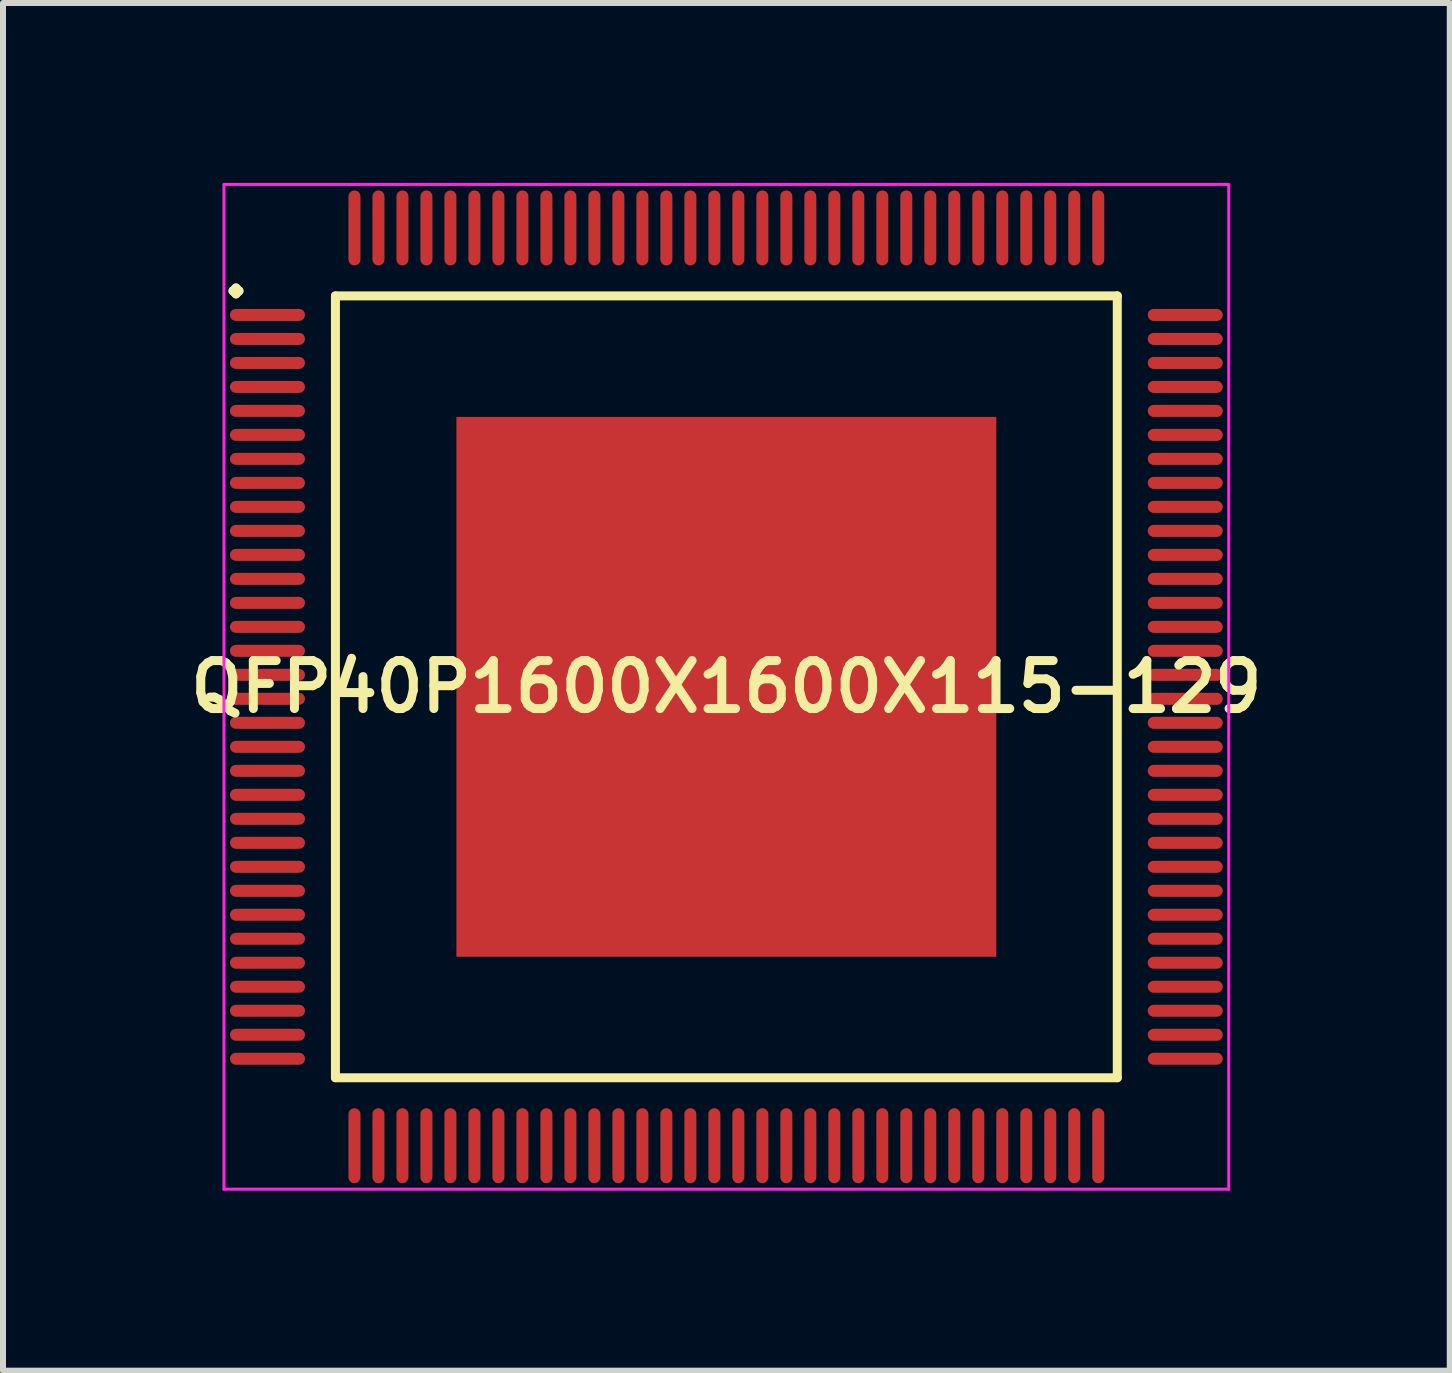
<source format=kicad_pcb>
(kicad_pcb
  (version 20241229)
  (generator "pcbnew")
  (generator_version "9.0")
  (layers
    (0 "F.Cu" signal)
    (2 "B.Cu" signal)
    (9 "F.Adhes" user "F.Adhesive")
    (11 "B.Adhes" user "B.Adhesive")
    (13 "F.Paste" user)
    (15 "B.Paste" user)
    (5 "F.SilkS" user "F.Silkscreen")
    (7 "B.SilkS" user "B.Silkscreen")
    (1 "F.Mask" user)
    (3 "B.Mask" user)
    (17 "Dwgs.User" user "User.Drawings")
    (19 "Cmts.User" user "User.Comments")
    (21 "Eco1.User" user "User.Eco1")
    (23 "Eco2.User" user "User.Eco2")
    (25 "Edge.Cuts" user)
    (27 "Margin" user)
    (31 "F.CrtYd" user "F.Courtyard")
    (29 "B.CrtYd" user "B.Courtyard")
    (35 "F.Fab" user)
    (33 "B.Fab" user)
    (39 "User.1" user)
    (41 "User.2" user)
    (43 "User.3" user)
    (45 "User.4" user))
  (footprint "QFP40P1600X1600X115-129"
    (layer "F.Cu")
    (at 9.059 8.4)
    (property "Reference" "QFP40P1600X1600X115-129" (at 0 0 0) (layer "F.SilkS") (effects (font (size 0.8 0.8) (thickness 0.15))))
    (attr smd)
    (fp_line (start -8.225 -6.6) (end -8.175 -6.65) (stroke (width 0.15) (type solid)) (layer "F.SilkS"))
    (fp_line (start -8.175 -6.65) (end -8.125 -6.6) (stroke (width 0.15) (type solid)) (layer "F.SilkS"))
    (fp_line (start -8.175 -6.55) (end -8.225 -6.6) (stroke (width 0.15) (type solid)) (layer "F.SilkS"))
    (fp_line (start -8.125 -6.6) (end -8.175 -6.55) (stroke (width 0.15) (type solid)) (layer "F.SilkS"))
    (fp_line (start -6.517 -6.517) (end -6.517 6.517) (stroke (width 0.15) (type solid)) (layer "F.SilkS"))
    (fp_line (start -6.517 6.517) (end 6.517 6.517) (stroke (width 0.15) (type solid)) (layer "F.SilkS"))
    (fp_line (start 6.517 -6.517) (end -6.517 -6.517) (stroke (width 0.15) (type solid)) (layer "F.SilkS"))
    (fp_line (start 6.517 6.517) (end 6.517 -6.517) (stroke (width 0.15) (type solid)) (layer "F.SilkS"))
    (fp_line (start -8.375 -8.375) (end 8.375 -8.375) (stroke (width 0.05) (type solid)) (layer "F.CrtYd"))
    (fp_line (start -8.375 8.375) (end -8.375 -8.375) (stroke (width 0.05) (type solid)) (layer "F.CrtYd"))
    (fp_line (start 8.375 -8.375) (end 8.375 8.375) (stroke (width 0.05) (type solid)) (layer "F.CrtYd"))
    (fp_line (start 8.375 8.375) (end -8.375 8.375) (stroke (width 0.05) (type solid)) (layer "F.CrtYd"))
    (pad "1" smd oval (at -7.65 -6.2) (size 1.25 0.2) (layers "F.Cu" "F.Mask" "F.Paste"))
    (pad "2" smd oval (at -7.65 -5.8) (size 1.25 0.2) (layers "F.Cu" "F.Mask" "F.Paste"))
    (pad "3" smd oval (at -7.65 -5.4) (size 1.25 0.2) (layers "F.Cu" "F.Mask" "F.Paste"))
    (pad "4" smd oval (at -7.65 -5) (size 1.25 0.2) (layers "F.Cu" "F.Mask" "F.Paste"))
    (pad "5" smd oval (at -7.65 -4.6) (size 1.25 0.2) (layers "F.Cu" "F.Mask" "F.Paste"))
    (pad "6" smd oval (at -7.65 -4.2) (size 1.25 0.2) (layers "F.Cu" "F.Mask" "F.Paste"))
    (pad "7" smd oval (at -7.65 -3.8) (size 1.25 0.2) (layers "F.Cu" "F.Mask" "F.Paste"))
    (pad "8" smd oval (at -7.65 -3.4) (size 1.25 0.2) (layers "F.Cu" "F.Mask" "F.Paste"))
    (pad "9" smd oval (at -7.65 -3) (size 1.25 0.2) (layers "F.Cu" "F.Mask" "F.Paste"))
    (pad "10" smd oval (at -7.65 -2.6) (size 1.25 0.2) (layers "F.Cu" "F.Mask" "F.Paste"))
    (pad "11" smd oval (at -7.65 -2.2) (size 1.25 0.2) (layers "F.Cu" "F.Mask" "F.Paste"))
    (pad "12" smd oval (at -7.65 -1.8) (size 1.25 0.2) (layers "F.Cu" "F.Mask" "F.Paste"))
    (pad "13" smd oval (at -7.65 -1.4) (size 1.25 0.2) (layers "F.Cu" "F.Mask" "F.Paste"))
    (pad "14" smd oval (at -7.65 -1) (size 1.25 0.2) (layers "F.Cu" "F.Mask" "F.Paste"))
    (pad "15" smd oval (at -7.65 -0.6) (size 1.25 0.2) (layers "F.Cu" "F.Mask" "F.Paste"))
    (pad "16" smd oval (at -7.65 -0.2) (size 1.25 0.2) (layers "F.Cu" "F.Mask" "F.Paste"))
    (pad "17" smd oval (at -7.65 0.2) (size 1.25 0.2) (layers "F.Cu" "F.Mask" "F.Paste"))
    (pad "18" smd oval (at -7.65 0.6) (size 1.25 0.2) (layers "F.Cu" "F.Mask" "F.Paste"))
    (pad "19" smd oval (at -7.65 1) (size 1.25 0.2) (layers "F.Cu" "F.Mask" "F.Paste"))
    (pad "20" smd oval (at -7.65 1.4) (size 1.25 0.2) (layers "F.Cu" "F.Mask" "F.Paste"))
    (pad "21" smd oval (at -7.65 1.8) (size 1.25 0.2) (layers "F.Cu" "F.Mask" "F.Paste"))
    (pad "22" smd oval (at -7.65 2.2) (size 1.25 0.2) (layers "F.Cu" "F.Mask" "F.Paste"))
    (pad "23" smd oval (at -7.65 2.6) (size 1.25 0.2) (layers "F.Cu" "F.Mask" "F.Paste"))
    (pad "24" smd oval (at -7.65 3) (size 1.25 0.2) (layers "F.Cu" "F.Mask" "F.Paste"))
    (pad "25" smd oval (at -7.65 3.4) (size 1.25 0.2) (layers "F.Cu" "F.Mask" "F.Paste"))
    (pad "26" smd oval (at -7.65 3.8) (size 1.25 0.2) (layers "F.Cu" "F.Mask" "F.Paste"))
    (pad "27" smd oval (at -7.65 4.2) (size 1.25 0.2) (layers "F.Cu" "F.Mask" "F.Paste"))
    (pad "28" smd oval (at -7.65 4.6) (size 1.25 0.2) (layers "F.Cu" "F.Mask" "F.Paste"))
    (pad "29" smd oval (at -7.65 5) (size 1.25 0.2) (layers "F.Cu" "F.Mask" "F.Paste"))
    (pad "30" smd oval (at -7.65 5.4) (size 1.25 0.2) (layers "F.Cu" "F.Mask" "F.Paste"))
    (pad "31" smd oval (at -7.65 5.8) (size 1.25 0.2) (layers "F.Cu" "F.Mask" "F.Paste"))
    (pad "32" smd oval (at -7.65 6.2) (size 1.25 0.2) (layers "F.Cu" "F.Mask" "F.Paste"))
    (pad "33" smd oval (at -6.2 7.65) (size 0.2 1.25) (layers "F.Cu" "F.Mask" "F.Paste"))
    (pad "34" smd oval (at -5.8 7.65) (size 0.2 1.25) (layers "F.Cu" "F.Mask" "F.Paste"))
    (pad "35" smd oval (at -5.4 7.65) (size 0.2 1.25) (layers "F.Cu" "F.Mask" "F.Paste"))
    (pad "36" smd oval (at -5 7.65) (size 0.2 1.25) (layers "F.Cu" "F.Mask" "F.Paste"))
    (pad "37" smd oval (at -4.6 7.65) (size 0.2 1.25) (layers "F.Cu" "F.Mask" "F.Paste"))
    (pad "38" smd oval (at -4.2 7.65) (size 0.2 1.25) (layers "F.Cu" "F.Mask" "F.Paste"))
    (pad "39" smd oval (at -3.8 7.65) (size 0.2 1.25) (layers "F.Cu" "F.Mask" "F.Paste"))
    (pad "40" smd oval (at -3.4 7.65) (size 0.2 1.25) (layers "F.Cu" "F.Mask" "F.Paste"))
    (pad "41" smd oval (at -3 7.65) (size 0.2 1.25) (layers "F.Cu" "F.Mask" "F.Paste"))
    (pad "42" smd oval (at -2.6 7.65) (size 0.2 1.25) (layers "F.Cu" "F.Mask" "F.Paste"))
    (pad "43" smd oval (at -2.2 7.65) (size 0.2 1.25) (layers "F.Cu" "F.Mask" "F.Paste"))
    (pad "44" smd oval (at -1.8 7.65) (size 0.2 1.25) (layers "F.Cu" "F.Mask" "F.Paste"))
    (pad "45" smd oval (at -1.4 7.65) (size 0.2 1.25) (layers "F.Cu" "F.Mask" "F.Paste"))
    (pad "46" smd oval (at -1 7.65) (size 0.2 1.25) (layers "F.Cu" "F.Mask" "F.Paste"))
    (pad "47" smd oval (at -0.6 7.65) (size 0.2 1.25) (layers "F.Cu" "F.Mask" "F.Paste"))
    (pad "48" smd oval (at -0.2 7.65) (size 0.2 1.25) (layers "F.Cu" "F.Mask" "F.Paste"))
    (pad "49" smd oval (at 0.2 7.65) (size 0.2 1.25) (layers "F.Cu" "F.Mask" "F.Paste"))
    (pad "50" smd oval (at 0.6 7.65) (size 0.2 1.25) (layers "F.Cu" "F.Mask" "F.Paste"))
    (pad "51" smd oval (at 1 7.65) (size 0.2 1.25) (layers "F.Cu" "F.Mask" "F.Paste"))
    (pad "52" smd oval (at 1.4 7.65) (size 0.2 1.25) (layers "F.Cu" "F.Mask" "F.Paste"))
    (pad "53" smd oval (at 1.8 7.65) (size 0.2 1.25) (layers "F.Cu" "F.Mask" "F.Paste"))
    (pad "54" smd oval (at 2.2 7.65) (size 0.2 1.25) (layers "F.Cu" "F.Mask" "F.Paste"))
    (pad "55" smd oval (at 2.6 7.65) (size 0.2 1.25) (layers "F.Cu" "F.Mask" "F.Paste"))
    (pad "56" smd oval (at 3 7.65) (size 0.2 1.25) (layers "F.Cu" "F.Mask" "F.Paste"))
    (pad "57" smd oval (at 3.4 7.65) (size 0.2 1.25) (layers "F.Cu" "F.Mask" "F.Paste"))
    (pad "58" smd oval (at 3.8 7.65) (size 0.2 1.25) (layers "F.Cu" "F.Mask" "F.Paste"))
    (pad "59" smd oval (at 4.2 7.65) (size 0.2 1.25) (layers "F.Cu" "F.Mask" "F.Paste"))
    (pad "60" smd oval (at 4.6 7.65) (size 0.2 1.25) (layers "F.Cu" "F.Mask" "F.Paste"))
    (pad "61" smd oval (at 5 7.65) (size 0.2 1.25) (layers "F.Cu" "F.Mask" "F.Paste"))
    (pad "62" smd oval (at 5.4 7.65) (size 0.2 1.25) (layers "F.Cu" "F.Mask" "F.Paste"))
    (pad "63" smd oval (at 5.8 7.65) (size 0.2 1.25) (layers "F.Cu" "F.Mask" "F.Paste"))
    (pad "64" smd oval (at 6.2 7.65) (size 0.2 1.25) (layers "F.Cu" "F.Mask" "F.Paste"))
    (pad "65" smd oval (at 7.65 6.2) (size 1.25 0.2) (layers "F.Cu" "F.Mask" "F.Paste"))
    (pad "66" smd oval (at 7.65 5.8) (size 1.25 0.2) (layers "F.Cu" "F.Mask" "F.Paste"))
    (pad "67" smd oval (at 7.65 5.4) (size 1.25 0.2) (layers "F.Cu" "F.Mask" "F.Paste"))
    (pad "68" smd oval (at 7.65 5) (size 1.25 0.2) (layers "F.Cu" "F.Mask" "F.Paste"))
    (pad "69" smd oval (at 7.65 4.6) (size 1.25 0.2) (layers "F.Cu" "F.Mask" "F.Paste"))
    (pad "70" smd oval (at 7.65 4.2) (size 1.25 0.2) (layers "F.Cu" "F.Mask" "F.Paste"))
    (pad "71" smd oval (at 7.65 3.8) (size 1.25 0.2) (layers "F.Cu" "F.Mask" "F.Paste"))
    (pad "72" smd oval (at 7.65 3.4) (size 1.25 0.2) (layers "F.Cu" "F.Mask" "F.Paste"))
    (pad "73" smd oval (at 7.65 3) (size 1.25 0.2) (layers "F.Cu" "F.Mask" "F.Paste"))
    (pad "74" smd oval (at 7.65 2.6) (size 1.25 0.2) (layers "F.Cu" "F.Mask" "F.Paste"))
    (pad "75" smd oval (at 7.65 2.2) (size 1.25 0.2) (layers "F.Cu" "F.Mask" "F.Paste"))
    (pad "76" smd oval (at 7.65 1.8) (size 1.25 0.2) (layers "F.Cu" "F.Mask" "F.Paste"))
    (pad "77" smd oval (at 7.65 1.4) (size 1.25 0.2) (layers "F.Cu" "F.Mask" "F.Paste"))
    (pad "78" smd oval (at 7.65 1) (size 1.25 0.2) (layers "F.Cu" "F.Mask" "F.Paste"))
    (pad "79" smd oval (at 7.65 0.6) (size 1.25 0.2) (layers "F.Cu" "F.Mask" "F.Paste"))
    (pad "80" smd oval (at 7.65 0.2) (size 1.25 0.2) (layers "F.Cu" "F.Mask" "F.Paste"))
    (pad "81" smd oval (at 7.65 -0.2) (size 1.25 0.2) (layers "F.Cu" "F.Mask" "F.Paste"))
    (pad "82" smd oval (at 7.65 -0.6) (size 1.25 0.2) (layers "F.Cu" "F.Mask" "F.Paste"))
    (pad "83" smd oval (at 7.65 -1) (size 1.25 0.2) (layers "F.Cu" "F.Mask" "F.Paste"))
    (pad "84" smd oval (at 7.65 -1.4) (size 1.25 0.2) (layers "F.Cu" "F.Mask" "F.Paste"))
    (pad "85" smd oval (at 7.65 -1.8) (size 1.25 0.2) (layers "F.Cu" "F.Mask" "F.Paste"))
    (pad "86" smd oval (at 7.65 -2.2) (size 1.25 0.2) (layers "F.Cu" "F.Mask" "F.Paste"))
    (pad "87" smd oval (at 7.65 -2.6) (size 1.25 0.2) (layers "F.Cu" "F.Mask" "F.Paste"))
    (pad "88" smd oval (at 7.65 -3) (size 1.25 0.2) (layers "F.Cu" "F.Mask" "F.Paste"))
    (pad "89" smd oval (at 7.65 -3.4) (size 1.25 0.2) (layers "F.Cu" "F.Mask" "F.Paste"))
    (pad "90" smd oval (at 7.65 -3.8) (size 1.25 0.2) (layers "F.Cu" "F.Mask" "F.Paste"))
    (pad "91" smd oval (at 7.65 -4.2) (size 1.25 0.2) (layers "F.Cu" "F.Mask" "F.Paste"))
    (pad "92" smd oval (at 7.65 -4.6) (size 1.25 0.2) (layers "F.Cu" "F.Mask" "F.Paste"))
    (pad "93" smd oval (at 7.65 -5) (size 1.25 0.2) (layers "F.Cu" "F.Mask" "F.Paste"))
    (pad "94" smd oval (at 7.65 -5.4) (size 1.25 0.2) (layers "F.Cu" "F.Mask" "F.Paste"))
    (pad "95" smd oval (at 7.65 -5.8) (size 1.25 0.2) (layers "F.Cu" "F.Mask" "F.Paste"))
    (pad "96" smd oval (at 7.65 -6.2) (size 1.25 0.2) (layers "F.Cu" "F.Mask" "F.Paste"))
    (pad "97" smd oval (at 6.2 -7.65) (size 0.2 1.25) (layers "F.Cu" "F.Mask" "F.Paste"))
    (pad "98" smd oval (at 5.8 -7.65) (size 0.2 1.25) (layers "F.Cu" "F.Mask" "F.Paste"))
    (pad "99" smd oval (at 5.4 -7.65) (size 0.2 1.25) (layers "F.Cu" "F.Mask" "F.Paste"))
    (pad "100" smd oval (at 5 -7.65) (size 0.2 1.25) (layers "F.Cu" "F.Mask" "F.Paste"))
    (pad "101" smd oval (at 4.6 -7.65) (size 0.2 1.25) (layers "F.Cu" "F.Mask" "F.Paste"))
    (pad "102" smd oval (at 4.2 -7.65) (size 0.2 1.25) (layers "F.Cu" "F.Mask" "F.Paste"))
    (pad "103" smd oval (at 3.8 -7.65) (size 0.2 1.25) (layers "F.Cu" "F.Mask" "F.Paste"))
    (pad "104" smd oval (at 3.4 -7.65) (size 0.2 1.25) (layers "F.Cu" "F.Mask" "F.Paste"))
    (pad "105" smd oval (at 3 -7.65) (size 0.2 1.25) (layers "F.Cu" "F.Mask" "F.Paste"))
    (pad "106" smd oval (at 2.6 -7.65) (size 0.2 1.25) (layers "F.Cu" "F.Mask" "F.Paste"))
    (pad "107" smd oval (at 2.2 -7.65) (size 0.2 1.25) (layers "F.Cu" "F.Mask" "F.Paste"))
    (pad "108" smd oval (at 1.8 -7.65) (size 0.2 1.25) (layers "F.Cu" "F.Mask" "F.Paste"))
    (pad "109" smd oval (at 1.4 -7.65) (size 0.2 1.25) (layers "F.Cu" "F.Mask" "F.Paste"))
    (pad "110" smd oval (at 1 -7.65) (size 0.2 1.25) (layers "F.Cu" "F.Mask" "F.Paste"))
    (pad "111" smd oval (at 0.6 -7.65) (size 0.2 1.25) (layers "F.Cu" "F.Mask" "F.Paste"))
    (pad "112" smd oval (at 0.2 -7.65) (size 0.2 1.25) (layers "F.Cu" "F.Mask" "F.Paste"))
    (pad "113" smd oval (at -0.2 -7.65) (size 0.2 1.25) (layers "F.Cu" "F.Mask" "F.Paste"))
    (pad "114" smd oval (at -0.6 -7.65) (size 0.2 1.25) (layers "F.Cu" "F.Mask" "F.Paste"))
    (pad "115" smd oval (at -1 -7.65) (size 0.2 1.25) (layers "F.Cu" "F.Mask" "F.Paste"))
    (pad "116" smd oval (at -1.4 -7.65) (size 0.2 1.25) (layers "F.Cu" "F.Mask" "F.Paste"))
    (pad "117" smd oval (at -1.8 -7.65) (size 0.2 1.25) (layers "F.Cu" "F.Mask" "F.Paste"))
    (pad "118" smd oval (at -2.2 -7.65) (size 0.2 1.25) (layers "F.Cu" "F.Mask" "F.Paste"))
    (pad "119" smd oval (at -2.6 -7.65) (size 0.2 1.25) (layers "F.Cu" "F.Mask" "F.Paste"))
    (pad "120" smd oval (at -3 -7.65) (size 0.2 1.25) (layers "F.Cu" "F.Mask" "F.Paste"))
    (pad "121" smd oval (at -3.4 -7.65) (size 0.2 1.25) (layers "F.Cu" "F.Mask" "F.Paste"))
    (pad "122" smd oval (at -3.8 -7.65) (size 0.2 1.25) (layers "F.Cu" "F.Mask" "F.Paste"))
    (pad "123" smd oval (at -4.2 -7.65) (size 0.2 1.25) (layers "F.Cu" "F.Mask" "F.Paste"))
    (pad "124" smd oval (at -4.6 -7.65) (size 0.2 1.25) (layers "F.Cu" "F.Mask" "F.Paste"))
    (pad "125" smd oval (at -5 -7.65) (size 0.2 1.25) (layers "F.Cu" "F.Mask" "F.Paste"))
    (pad "126" smd oval (at -5.4 -7.65) (size 0.2 1.25) (layers "F.Cu" "F.Mask" "F.Paste"))
    (pad "127" smd oval (at -5.8 -7.65) (size 0.2 1.25) (layers "F.Cu" "F.Mask" "F.Paste"))
    (pad "128" smd oval (at -6.2 -7.65) (size 0.2 1.25) (layers "F.Cu" "F.Mask" "F.Paste"))
    (pad "129" smd rect (at 0 0) (size 9 9) (layers "F.Cu" "F.Mask" "F.Paste")))
  (gr_rect
    (start -3 -3)
    (end 21.119 19.8)
    (stroke (width 0.1) (type default))
    (fill no)
    (layer "Edge.Cuts")))
</source>
